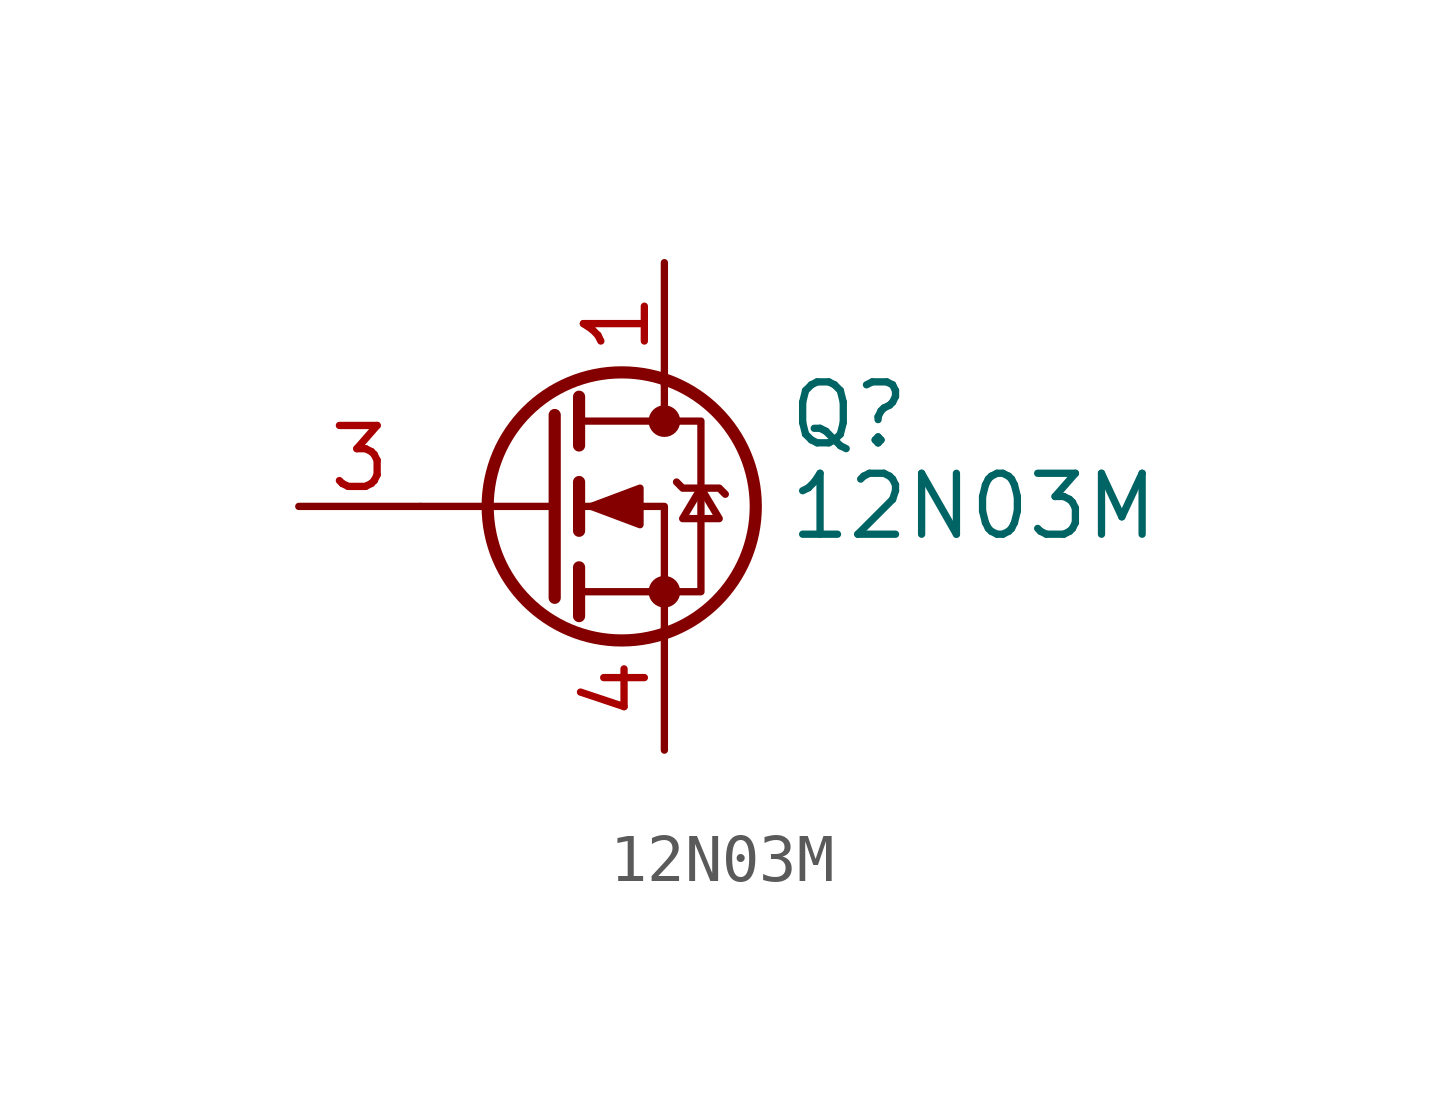
<source format=kicad_sym>
(kicad_symbol_lib
  (version 20241209)
  (generator "kicad_symbol_editor")
  (generator_version "9.0")
  (symbol "12N03M"
    (pin_names
      (hide yes))
    (property "Reference" "Q"
      (at 5.08 1.905 0)
      (effects (font (size 1.27 1.27)) (justify left)))
    (property "Value" "12N03M"
      (at 5.08 0 0)
      (effects (font (size 1.27 1.27)) (justify left)))
    (symbol "12N03M_0_1"
      (polyline (pts (xy 0.254 1.905) (xy 0.254 -1.905)) (stroke (width 0.254) (type default)) (fill (type none)))
      (polyline (pts (xy 0.254 0) (xy -2.54 0)) (stroke (width 0) (type default)) (fill (type none)))
      (polyline (pts (xy 0.762 2.286) (xy 0.762 1.27)) (stroke (width 0.254) (type default)) (fill (type none)))
      (polyline (pts (xy 0.762 0.508) (xy 0.762 -0.508)) (stroke (width 0.254) (type default)) (fill (type none)))
      (polyline (pts (xy 0.762 -1.27) (xy 0.762 -2.286)) (stroke (width 0.254) (type default)) (fill (type none)))
      (polyline (pts (xy 0.762 -1.778) (xy 3.302 -1.778) (xy 3.302 1.778) (xy 0.762 1.778)) (stroke (width 0) (type default)) (fill (type none)))
      (polyline (pts (xy 1.016 0) (xy 2.032 0.381) (xy 2.032 -0.381) (xy 1.016 0)) (stroke (width 0) (type default)) (fill (type outline)))
      (circle (center 1.651 0) (radius 2.794) (stroke (width 0.254) (type default)) (fill (type none)))
      (polyline (pts (xy 2.54 2.54) (xy 2.54 1.778)) (stroke (width 0) (type default)) (fill (type none)))
      (circle (center 2.54 1.778) (radius 0.254) (stroke (width 0) (type default)) (fill (type outline)))
      (circle (center 2.54 -1.778) (radius 0.254) (stroke (width 0) (type default)) (fill (type outline)))
      (polyline (pts (xy 2.54 -2.54) (xy 2.54 0) (xy 0.762 0)) (stroke (width 0) (type default)) (fill (type none)))
      (polyline (pts (xy 2.794 0.508) (xy 2.921 0.381) (xy 3.683 0.381) (xy 3.81 0.254)) (stroke (width 0) (type default)) (fill (type none)))
      (polyline (pts (xy 3.302 0.381) (xy 2.921 -0.254) (xy 3.683 -0.254) (xy 3.302 0.381)) (stroke (width 0) (type default)) (fill (type none))))
    (symbol "12N03M_1_1"
      (pin input line (at -5.08 0 0) (length 2.54) (name "G" (effects (font (size 1.27 1.27)))) (number "3" (effects (font (size 1.27 1.27)))))
      (pin passive line (at 2.54 5.08 270) (length 2.54) (name "D" (effects (font (size 1.27 1.27)))) (number "1" (effects (font (size 1.27 1.27)))))
      (pin passive line (at 2.54 5.08 270) (length 2.54) (hide yes) (name "D" (effects (font (size 1.27 1.27)))) (number "2" (effects (font (size 1.27 1.27)))))
      (pin passive line (at 2.54 5.08 270) (length 2.54) (hide yes) (name "D" (effects (font (size 1.27 1.27)))) (number "5" (effects (font (size 1.27 1.27)))))
      (pin passive line (at 2.54 5.08 270) (length 2.54) (hide yes) (name "D" (effects (font (size 1.27 1.27)))) (number "6" (effects (font (size 1.27 1.27)))))
      (pin passive line (at 2.54 5.08 270) (length 2.54) (hide yes) (name "D" (effects (font (size 1.27 1.27)))) (number "7" (effects (font (size 1.27 1.27)))))
      (pin passive line (at 2.54 -5.08 90) (length 2.54) (name "S" (effects (font (size 1.27 1.27)))) (number "4" (effects (font (size 1.27 1.27)))))
      (pin passive line (at 2.54 -5.08 90) (length 2.54) (hide yes) (name "S" (effects (font (size 1.27 1.27)))) (number "8" (effects (font (size 1.27 1.27))))))))
</source>
